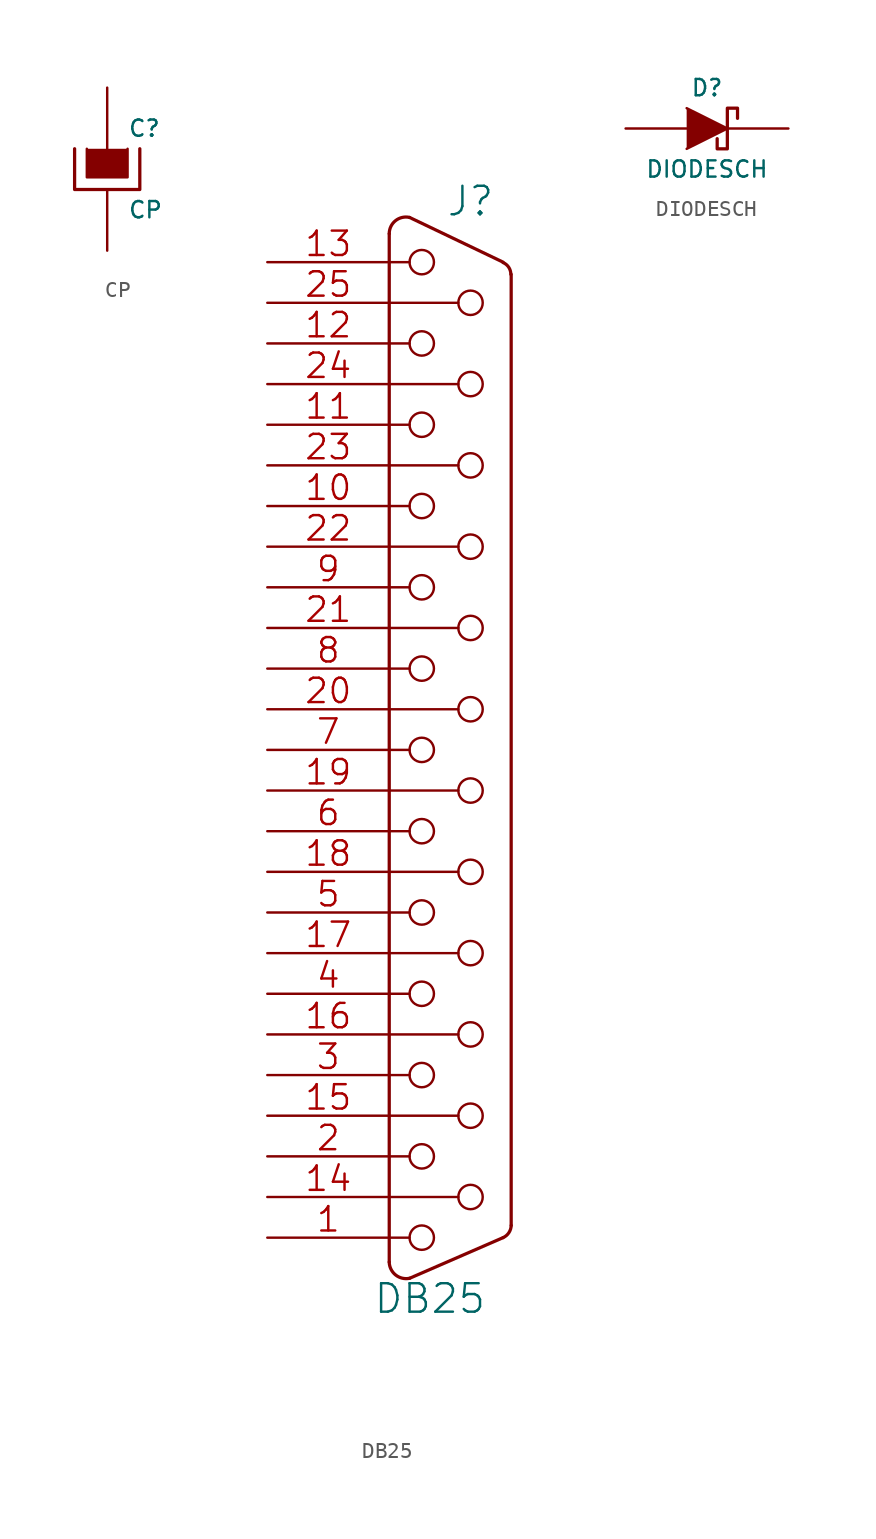
<source format=kicad_sym>
(kicad_symbol_lib
  (version 20241209)
  (generator "kicad_symbol_editor")
  (generator_version "9.0")
  (symbol "CP"
    (pin_numbers
      (hide yes))
    (pin_names
      (offset 0.254)
      (hide yes))
    (property "Reference" "C"
      (at 1.27 2.54 0)
      (effects (font (size 1.016 1.016)) (justify left)))
    (property "Value" "CP"
      (at 1.27 -2.54 0)
      (effects (font (size 1.016 1.016)) (justify left)))
    (property "Footprint" ""
      (at 2.54 -3.81 0)
      (effects (font (size 0.762 0.762))))
    (property "Datasheet" ""
      (at 1.27 2.54 0)
      (effects (font (size 0.762 0.762))))
    (symbol "CP_0_1"
      (polyline (pts (xy -2.032 1.27) (xy -2.032 -1.27) (xy 2.032 -1.27) (xy 2.032 1.27)) (stroke (width 0.203) (type default)) (fill (type none)))
      (polyline (pts (xy -1.27 1.27) (xy -1.27 -0.508) (xy 1.27 -0.508) (xy 1.27 1.27)) (stroke (width 0) (type default)) (fill (type outline))))
    (symbol "CP_1_1"
      (pin passive line (at 0 5.08 270) (length 3.81) (name "~" (effects (font (size 1.016 1.016)))) (number "1" (effects (font (size 1.016 1.016)))))
      (pin passive line (at 0 -5.08 90) (length 3.81) (name "~" (effects (font (size 1.016 1.016)))) (number "2" (effects (font (size 1.016 1.016)))))))
  (symbol "DB25"
    (pin_names
      (offset 1.016)
      (hide yes))
    (property "Reference" "J"
      (at 1.27 34.29 0)
      (effects (font (size 1.778 1.778))))
    (property "Value" "DB25"
      (at -1.27 -34.29 0)
      (effects (font (size 1.778 1.778))))
    (property "Footprint" ""
      (at 0 0 0)
      (effects (font (size 1.524 1.524))))
    (property "Datasheet" ""
      (at 0 0 0)
      (effects (font (size 1.524 1.524))))
    (symbol "DB25_0_1"
      (polyline (pts (xy -3.81 30.48) (xy -2.54 30.48)) (stroke (width 0) (type default)) (fill (type none)))
      (polyline (pts (xy -3.81 27.94) (xy 0.508 27.94)) (stroke (width 0) (type default)) (fill (type none)))
      (polyline (pts (xy -3.81 25.4) (xy -2.54 25.4)) (stroke (width 0) (type default)) (fill (type none)))
      (polyline (pts (xy -3.81 22.86) (xy 0.508 22.86)) (stroke (width 0) (type default)) (fill (type none)))
      (polyline (pts (xy -3.81 20.32) (xy -2.54 20.32)) (stroke (width 0) (type default)) (fill (type none)))
      (polyline (pts (xy -3.81 17.78) (xy 0.508 17.78)) (stroke (width 0) (type default)) (fill (type none)))
      (polyline (pts (xy -3.81 15.24) (xy -2.54 15.24)) (stroke (width 0) (type default)) (fill (type none)))
      (polyline (pts (xy -3.81 12.7) (xy 0.508 12.7)) (stroke (width 0) (type default)) (fill (type none)))
      (polyline (pts (xy -3.81 10.16) (xy -2.54 10.16)) (stroke (width 0) (type default)) (fill (type none)))
      (polyline (pts (xy -3.81 7.62) (xy 0.508 7.62)) (stroke (width 0) (type default)) (fill (type none)))
      (polyline (pts (xy -3.81 5.08) (xy -2.54 5.08)) (stroke (width 0) (type default)) (fill (type none)))
      (polyline (pts (xy -3.81 2.54) (xy 0.508 2.54)) (stroke (width 0) (type default)) (fill (type none)))
      (polyline (pts (xy -3.81 0) (xy -2.54 0)) (stroke (width 0) (type default)) (fill (type none)))
      (polyline (pts (xy -3.81 -2.54) (xy 0.508 -2.54)) (stroke (width 0) (type default)) (fill (type none)))
      (polyline (pts (xy -3.81 -5.08) (xy -2.54 -5.08)) (stroke (width 0) (type default)) (fill (type none)))
      (polyline (pts (xy -3.81 -7.62) (xy 0.508 -7.62)) (stroke (width 0) (type default)) (fill (type none)))
      (polyline (pts (xy -3.81 -10.16) (xy -2.54 -10.16)) (stroke (width 0) (type default)) (fill (type none)))
      (polyline (pts (xy -3.81 -12.7) (xy 0.508 -12.7)) (stroke (width 0) (type default)) (fill (type none)))
      (polyline (pts (xy -3.81 -15.24) (xy -2.54 -15.24)) (stroke (width 0) (type default)) (fill (type none)))
      (polyline (pts (xy -3.81 -17.78) (xy 0.508 -17.78)) (stroke (width 0) (type default)) (fill (type none)))
      (polyline (pts (xy -3.81 -20.32) (xy -2.54 -20.32)) (stroke (width 0) (type default)) (fill (type none)))
      (polyline (pts (xy -3.81 -22.86) (xy 0.508 -22.86)) (stroke (width 0) (type default)) (fill (type none)))
      (polyline (pts (xy -3.81 -25.4) (xy -2.54 -25.4)) (stroke (width 0) (type default)) (fill (type none)))
      (polyline (pts (xy -3.81 -27.94) (xy 0.508 -27.94)) (stroke (width 0) (type default)) (fill (type none)))
      (polyline (pts (xy -3.81 -30.48) (xy -2.54 -30.48)) (stroke (width 0) (type default)) (fill (type none)))
      (polyline (pts (xy -3.81 -32.004) (xy -3.81 32.258)) (stroke (width 0.203) (type default)) (fill (type none)))
      (arc (start -3.81 32.258) (mid -3.4192 33.0713) (end -2.54 33.274) (stroke (width 0.2032) (type default)) (fill (type none)))
      (arc (start -2.54 -33.02) (mid -3.4129 -32.8094) (end -3.81 -32.004) (stroke (width 0.2032) (type default)) (fill (type none)))
      (polyline (pts (xy -2.54 -33.02) (xy 3.302 -30.48)) (stroke (width 0.203) (type default)) (fill (type none)))
      (circle (center -1.778 30.48) (radius 0.762) (stroke (width 0) (type default)) (fill (type none)))
      (circle (center -1.778 25.4) (radius 0.762) (stroke (width 0) (type default)) (fill (type none)))
      (circle (center -1.778 20.32) (radius 0.762) (stroke (width 0) (type default)) (fill (type none)))
      (circle (center -1.778 15.24) (radius 0.762) (stroke (width 0) (type default)) (fill (type none)))
      (circle (center -1.778 10.16) (radius 0.762) (stroke (width 0) (type default)) (fill (type none)))
      (circle (center -1.778 5.08) (radius 0.762) (stroke (width 0) (type default)) (fill (type none)))
      (circle (center -1.778 0) (radius 0.762) (stroke (width 0) (type default)) (fill (type none)))
      (circle (center -1.778 -5.08) (radius 0.762) (stroke (width 0) (type default)) (fill (type none)))
      (circle (center -1.778 -10.16) (radius 0.762) (stroke (width 0) (type default)) (fill (type none)))
      (circle (center -1.778 -15.24) (radius 0.762) (stroke (width 0) (type default)) (fill (type none)))
      (circle (center -1.778 -20.32) (radius 0.762) (stroke (width 0) (type default)) (fill (type none)))
      (circle (center -1.778 -25.4) (radius 0.762) (stroke (width 0) (type default)) (fill (type none)))
      (circle (center -1.778 -30.48) (radius 0.762) (stroke (width 0) (type default)) (fill (type none)))
      (circle (center 1.27 27.94) (radius 0.762) (stroke (width 0) (type default)) (fill (type none)))
      (circle (center 1.27 22.86) (radius 0.762) (stroke (width 0) (type default)) (fill (type none)))
      (circle (center 1.27 17.78) (radius 0.762) (stroke (width 0) (type default)) (fill (type none)))
      (circle (center 1.27 12.7) (radius 0.762) (stroke (width 0) (type default)) (fill (type none)))
      (circle (center 1.27 7.62) (radius 0.762) (stroke (width 0) (type default)) (fill (type none)))
      (circle (center 1.27 2.54) (radius 0.762) (stroke (width 0) (type default)) (fill (type none)))
      (circle (center 1.27 -2.54) (radius 0.762) (stroke (width 0) (type default)) (fill (type none)))
      (circle (center 1.27 -7.62) (radius 0.762) (stroke (width 0) (type default)) (fill (type none)))
      (circle (center 1.27 -12.7) (radius 0.762) (stroke (width 0) (type default)) (fill (type none)))
      (circle (center 1.27 -17.78) (radius 0.762) (stroke (width 0) (type default)) (fill (type none)))
      (circle (center 1.27 -22.86) (radius 0.762) (stroke (width 0) (type default)) (fill (type none)))
      (circle (center 1.27 -27.94) (radius 0.762) (stroke (width 0) (type default)) (fill (type none)))
      (arc (start 3.81 -29.718) (mid 3.6655 -30.1721) (end 3.302 -30.48) (stroke (width 0.2032) (type default)) (fill (type none)))
      (arc (start 3.302 30.4546) (mid 3.6546 30.1592) (end 3.7846 29.718) (stroke (width 0.2032) (type default)) (fill (type none)))
      (polyline (pts (xy 3.302 30.48) (xy -2.54 33.274)) (stroke (width 0.203) (type default)) (fill (type none)))
      (polyline (pts (xy 3.81 -29.718) (xy 3.81 29.718)) (stroke (width 0.203) (type default)) (fill (type none))))
    (symbol "DB25_1_1"
      (pin passive line (at -11.43 30.48 0) (length 7.62) (name "13" (effects (font (size 1.524 1.524)))) (number "13" (effects (font (size 1.524 1.524)))))
      (pin passive line (at -11.43 27.94 0) (length 7.62) (name "P25" (effects (font (size 1.524 1.524)))) (number "25" (effects (font (size 1.524 1.524)))))
      (pin passive line (at -11.43 25.4 0) (length 7.62) (name "12" (effects (font (size 1.524 1.524)))) (number "12" (effects (font (size 1.524 1.524)))))
      (pin passive line (at -11.43 22.86 0) (length 7.62) (name "P24" (effects (font (size 1.524 1.524)))) (number "24" (effects (font (size 1.524 1.524)))))
      (pin passive line (at -11.43 20.32 0) (length 7.62) (name "11" (effects (font (size 1.524 1.524)))) (number "11" (effects (font (size 1.524 1.524)))))
      (pin passive line (at -11.43 17.78 0) (length 7.62) (name "P23" (effects (font (size 1.524 1.524)))) (number "23" (effects (font (size 1.524 1.524)))))
      (pin passive line (at -11.43 15.24 0) (length 7.62) (name "10" (effects (font (size 1.524 1.524)))) (number "10" (effects (font (size 1.524 1.524)))))
      (pin passive line (at -11.43 12.7 0) (length 7.62) (name "P22" (effects (font (size 1.524 1.524)))) (number "22" (effects (font (size 1.524 1.524)))))
      (pin passive line (at -11.43 10.16 0) (length 7.62) (name "9" (effects (font (size 1.524 1.524)))) (number "9" (effects (font (size 1.524 1.524)))))
      (pin passive line (at -11.43 7.62 0) (length 7.62) (name "P21" (effects (font (size 1.524 1.524)))) (number "21" (effects (font (size 1.524 1.524)))))
      (pin passive line (at -11.43 5.08 0) (length 7.62) (name "8" (effects (font (size 1.524 1.524)))) (number "8" (effects (font (size 1.524 1.524)))))
      (pin passive line (at -11.43 2.54 0) (length 7.62) (name "P20" (effects (font (size 1.524 1.524)))) (number "20" (effects (font (size 1.524 1.524)))))
      (pin passive line (at -11.43 0 0) (length 7.62) (name "7" (effects (font (size 1.524 1.524)))) (number "7" (effects (font (size 1.524 1.524)))))
      (pin passive line (at -11.43 -2.54 0) (length 7.62) (name "P19" (effects (font (size 1.524 1.524)))) (number "19" (effects (font (size 1.524 1.524)))))
      (pin passive line (at -11.43 -5.08 0) (length 7.62) (name "6" (effects (font (size 1.524 1.524)))) (number "6" (effects (font (size 1.524 1.524)))))
      (pin passive line (at -11.43 -7.62 0) (length 7.62) (name "P18" (effects (font (size 1.524 1.524)))) (number "18" (effects (font (size 1.524 1.524)))))
      (pin passive line (at -11.43 -10.16 0) (length 7.62) (name "5" (effects (font (size 1.524 1.524)))) (number "5" (effects (font (size 1.524 1.524)))))
      (pin passive line (at -11.43 -12.7 0) (length 7.62) (name "P17" (effects (font (size 1.524 1.524)))) (number "17" (effects (font (size 1.524 1.524)))))
      (pin passive line (at -11.43 -15.24 0) (length 7.62) (name "4" (effects (font (size 1.524 1.524)))) (number "4" (effects (font (size 1.524 1.524)))))
      (pin passive line (at -11.43 -17.78 0) (length 7.62) (name "P16" (effects (font (size 1.524 1.524)))) (number "16" (effects (font (size 1.524 1.524)))))
      (pin passive line (at -11.43 -20.32 0) (length 7.62) (name "3" (effects (font (size 1.524 1.524)))) (number "3" (effects (font (size 1.524 1.524)))))
      (pin passive line (at -11.43 -22.86 0) (length 7.62) (name "P15" (effects (font (size 1.524 1.524)))) (number "15" (effects (font (size 1.524 1.524)))))
      (pin passive line (at -11.43 -25.4 0) (length 7.62) (name "2" (effects (font (size 1.524 1.524)))) (number "2" (effects (font (size 1.524 1.524)))))
      (pin passive line (at -11.43 -27.94 0) (length 7.62) (name "P14" (effects (font (size 1.524 1.524)))) (number "14" (effects (font (size 1.524 1.524)))))
      (pin passive line (at -11.43 -30.48 0) (length 7.62) (name "1" (effects (font (size 1.524 1.524)))) (number "1" (effects (font (size 1.524 1.524)))))))
  (symbol "DIODESCH"
    (pin_numbers
      (hide yes))
    (pin_names
      (offset 1.016)
      (hide yes))
    (property "Reference" "D"
      (at 0 2.54 0)
      (effects (font (size 1.016 1.016))))
    (property "Value" "DIODESCH"
      (at 0 -2.54 0)
      (effects (font (size 1.016 1.016))))
    (property "Footprint" ""
      (at 0 0 0)
      (effects (font (size 1.524 1.524))))
    (property "Datasheet" ""
      (at 0 0 0)
      (effects (font (size 1.524 1.524))))
    (symbol "DIODESCH_0_1"
      (polyline (pts (xy -1.27 1.27) (xy 1.27 0) (xy -1.27 -1.27)) (stroke (width 0) (type default)) (fill (type outline)))
      (polyline (pts (xy 1.905 0.635) (xy 1.905 1.27) (xy 1.27 1.27) (xy 1.27 -1.27) (xy 0.635 -1.27) (xy 0.635 -0.635)) (stroke (width 0.203) (type default)) (fill (type none))))
    (symbol "DIODESCH_1_1"
      (pin passive line (at -5.08 0 0) (length 3.81) (name "A" (effects (font (size 1.016 1.016)))) (number "1" (effects (font (size 1.016 1.016)))))
      (pin passive line (at 5.08 0 180) (length 3.81) (name "K" (effects (font (size 1.016 1.016)))) (number "2" (effects (font (size 1.016 1.016))))))))
</source>
